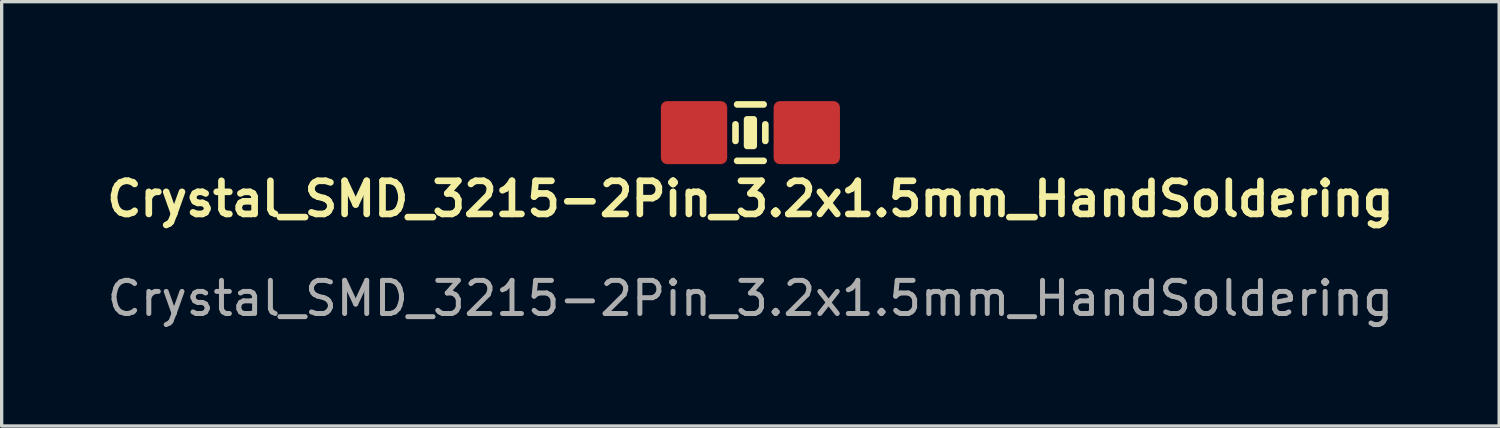
<source format=kicad_pcb>
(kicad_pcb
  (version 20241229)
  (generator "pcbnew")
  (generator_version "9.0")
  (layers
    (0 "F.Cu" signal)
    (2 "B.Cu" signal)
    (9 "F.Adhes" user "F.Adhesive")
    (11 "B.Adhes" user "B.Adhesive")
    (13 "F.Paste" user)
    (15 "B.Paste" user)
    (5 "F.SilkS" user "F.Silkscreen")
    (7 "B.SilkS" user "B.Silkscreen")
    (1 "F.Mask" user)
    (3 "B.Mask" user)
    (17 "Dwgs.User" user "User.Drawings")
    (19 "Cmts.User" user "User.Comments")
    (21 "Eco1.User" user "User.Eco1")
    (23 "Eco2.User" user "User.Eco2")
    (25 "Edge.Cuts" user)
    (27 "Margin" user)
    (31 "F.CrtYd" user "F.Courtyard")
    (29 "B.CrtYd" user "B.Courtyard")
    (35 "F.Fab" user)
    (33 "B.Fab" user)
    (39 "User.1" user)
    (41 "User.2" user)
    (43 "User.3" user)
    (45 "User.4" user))
  (footprint "Crystal_SMD_3215-2Pin_3.2x1.5mm_HandSoldering"
    (layer "F.Cu")
    (at 19.581 0.95)
    (property "Reference" "Crystal_SMD_3215-2Pin_3.2x1.5mm_HandSoldering" (at 0 2 0) (unlocked yes) (layer "F.SilkS") (effects (font (size 1 1) (thickness 0.2) (bold yes))))
    (attr smd)
    (fp_line (start -0.45 -0.25) (end -0.45 0.25) (stroke (width 0.2) (type default)) (layer "F.SilkS"))
    (fp_line (start -0.4 -0.85) (end 0.4 -0.85) (stroke (width 0.2) (type default)) (layer "F.SilkS"))
    (fp_line (start -0.4 0.85) (end 0.4 0.85) (stroke (width 0.2) (type default)) (layer "F.SilkS"))
    (fp_line (start 0.45 -0.25) (end 0.45 0.25) (stroke (width 0.2) (type default)) (layer "F.SilkS"))
    (fp_rect (start -0.1 -0.4) (end 0.1 0.4) (stroke (width 0.2) (type default)) (fill no) (layer "F.SilkS"))
    (fp_text user "${REFERENCE}" (at 0 5 0) (unlocked yes) (layer "F.Fab") (effects (font (size 1 1) (thickness 0.15))))
    (pad "1" smd roundrect (at -1.7 0) (size 2 1.9) (layers "F.Cu" "F.Mask" "F.Paste") (roundrect_rratio 0.1))
    (pad "2" smd roundrect (at 1.7 0) (size 2 1.9) (layers "F.Cu" "F.Mask" "F.Paste") (roundrect_rratio 0.1)))
  (gr_rect
    (start -3 -3)
    (end 42.162 9.798)
    (stroke (width 0.1) (type default))
    (fill no)
    (layer "Edge.Cuts")))
</source>
